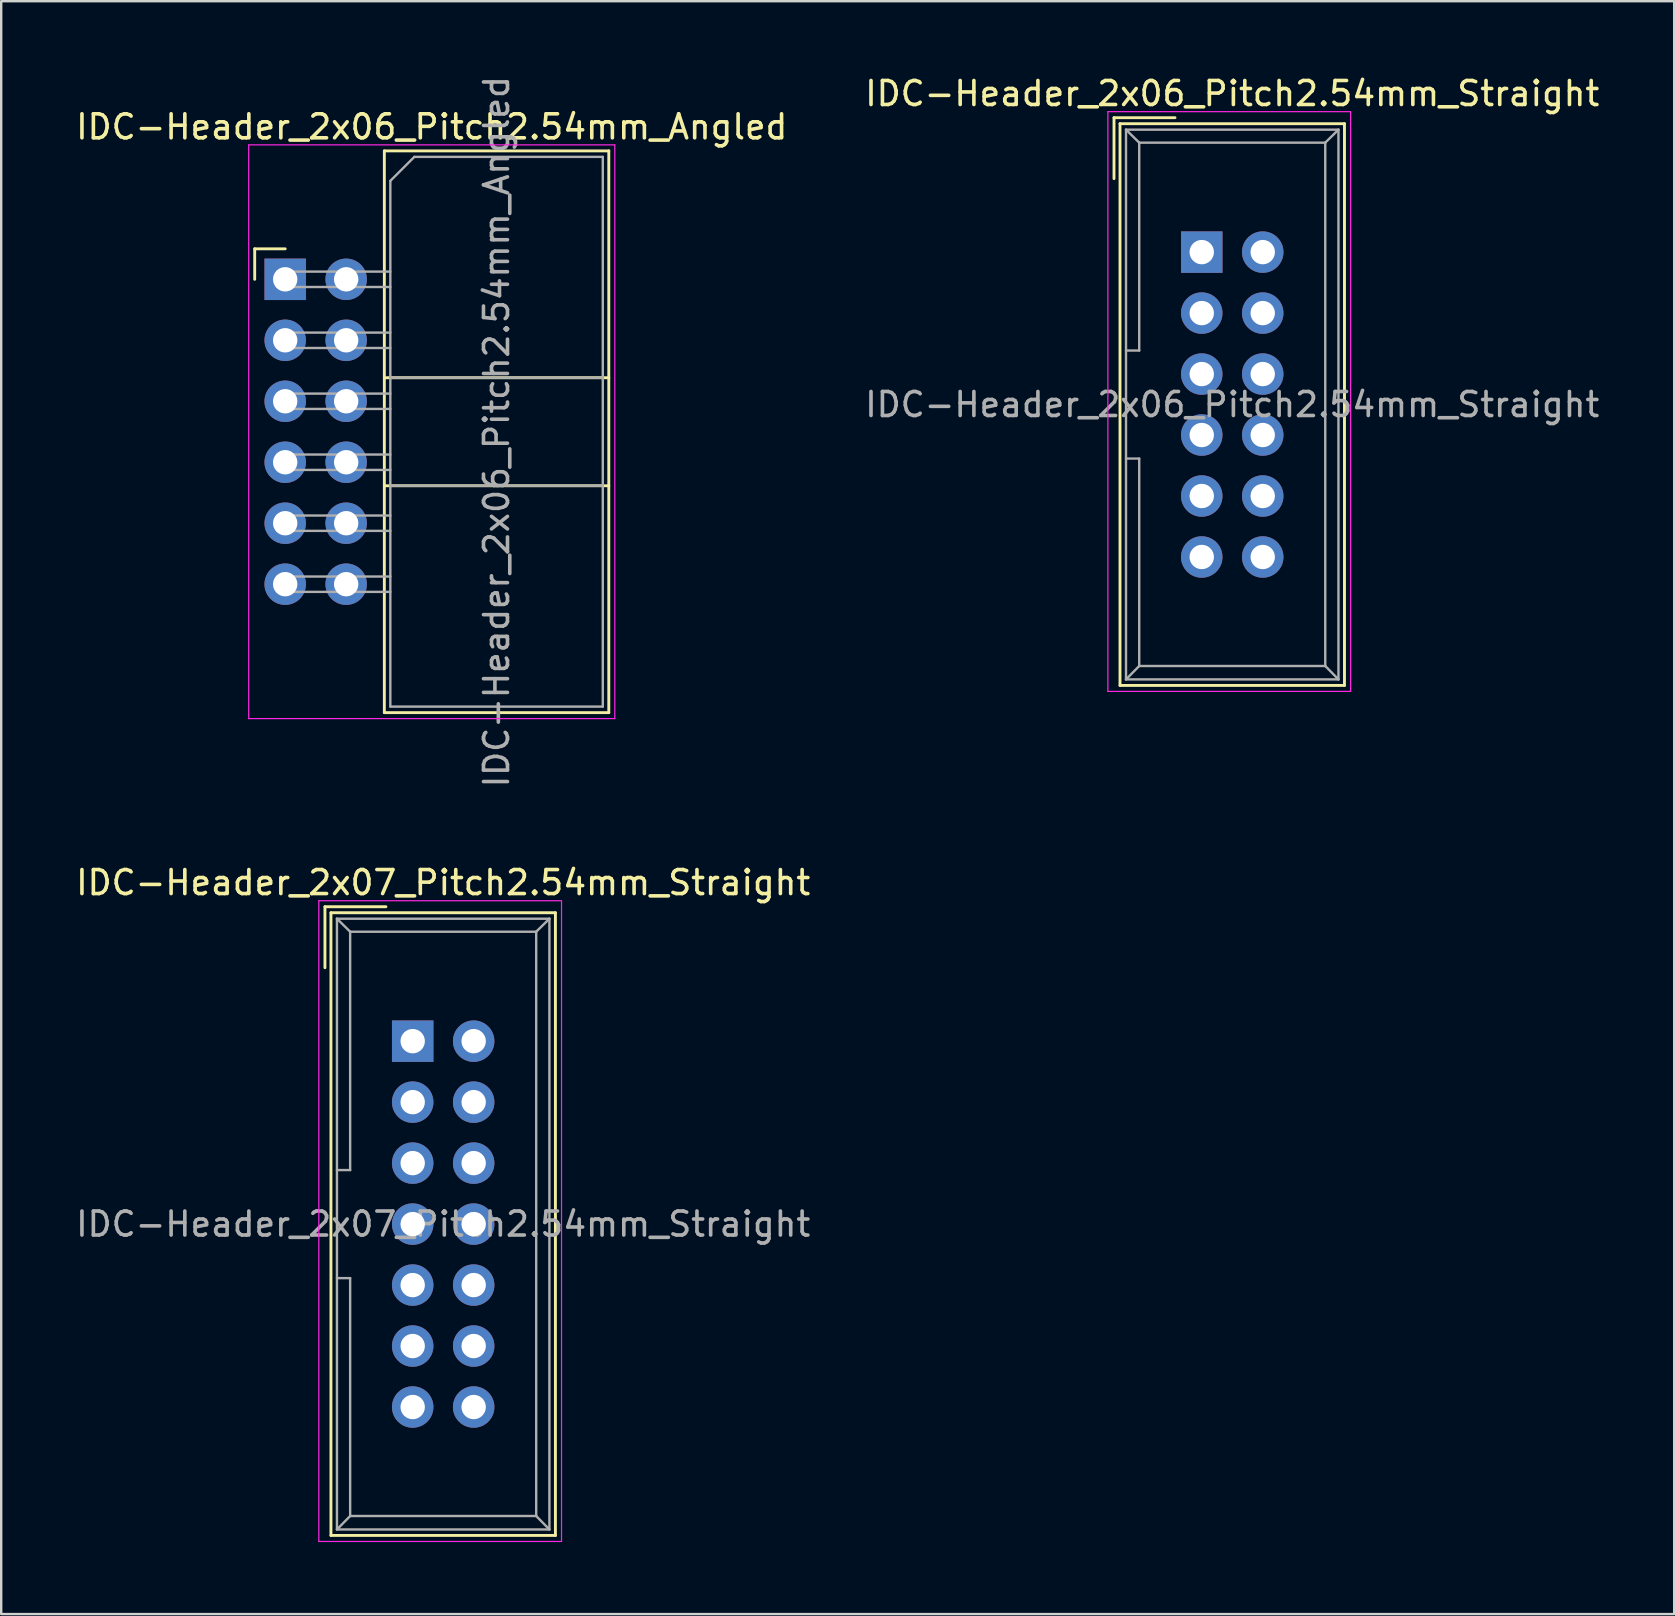
<source format=kicad_pcb>
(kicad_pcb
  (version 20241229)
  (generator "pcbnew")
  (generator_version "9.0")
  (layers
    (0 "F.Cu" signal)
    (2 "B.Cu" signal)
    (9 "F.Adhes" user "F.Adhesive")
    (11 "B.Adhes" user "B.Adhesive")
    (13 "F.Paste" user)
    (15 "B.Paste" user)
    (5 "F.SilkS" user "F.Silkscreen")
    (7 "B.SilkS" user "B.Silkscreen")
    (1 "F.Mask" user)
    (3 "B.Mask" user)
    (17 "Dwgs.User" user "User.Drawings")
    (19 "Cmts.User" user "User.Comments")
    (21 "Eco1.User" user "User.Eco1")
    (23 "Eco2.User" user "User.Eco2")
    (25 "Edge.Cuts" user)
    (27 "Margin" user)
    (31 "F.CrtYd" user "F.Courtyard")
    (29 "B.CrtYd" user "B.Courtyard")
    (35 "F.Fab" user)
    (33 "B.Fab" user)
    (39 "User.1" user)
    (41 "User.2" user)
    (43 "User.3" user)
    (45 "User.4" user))
  (footprint "IDC-Header_2x07_Pitch2.54mm_Straight"
    (layer "F.Cu")
    (at 14.141 40.321)
    (property "Reference" "IDC-Header_2x07_Pitch2.54mm_Straight" (at 1.27 -6.604 0) (layer "F.SilkS") (effects (font (size 1 1) (thickness 0.15))))
    (attr through_hole)
    (fp_line (start -3.655 -5.6) (end -3.655 -3.06) (stroke (width 0.12) (type solid)) (layer "F.SilkS"))
    (fp_line (start -3.655 -5.6) (end -1.115 -5.6) (stroke (width 0.12) (type solid)) (layer "F.SilkS"))
    (fp_line (start -3.405 -5.35) (end 5.945 -5.35) (stroke (width 0.12) (type solid)) (layer "F.SilkS"))
    (fp_line (start -3.405 20.59) (end -3.405 -5.35) (stroke (width 0.12) (type solid)) (layer "F.SilkS"))
    (fp_line (start 5.945 -5.35) (end 5.945 20.59) (stroke (width 0.12) (type solid)) (layer "F.SilkS"))
    (fp_line (start 5.945 20.59) (end -3.405 20.59) (stroke (width 0.12) (type solid)) (layer "F.SilkS"))
    (fp_line (start -3.91 -5.85) (end 6.2 -5.85) (stroke (width 0.05) (type solid)) (layer "F.CrtYd"))
    (fp_line (start -3.91 20.84) (end -3.91 -5.85) (stroke (width 0.05) (type solid)) (layer "F.CrtYd"))
    (fp_line (start 6.2 -5.85) (end 6.2 20.84) (stroke (width 0.05) (type solid)) (layer "F.CrtYd"))
    (fp_line (start 6.2 20.84) (end -3.91 20.84) (stroke (width 0.05) (type solid)) (layer "F.CrtYd"))
    (fp_line (start -3.155 -5.1) (end -3.155 20.34) (stroke (width 0.1) (type solid)) (layer "F.Fab"))
    (fp_line (start -3.155 -5.1) (end -2.605 -4.56) (stroke (width 0.1) (type solid)) (layer "F.Fab"))
    (fp_line (start -3.155 20.34) (end -2.605 19.78) (stroke (width 0.1) (type solid)) (layer "F.Fab"))
    (fp_line (start -2.605 -4.56) (end -2.605 5.37) (stroke (width 0.1) (type solid)) (layer "F.Fab"))
    (fp_line (start -2.605 5.37) (end -3.155 5.37) (stroke (width 0.1) (type solid)) (layer "F.Fab"))
    (fp_line (start -2.605 9.87) (end -3.155 9.87) (stroke (width 0.1) (type solid)) (layer "F.Fab"))
    (fp_line (start -2.605 9.87) (end -2.605 19.78) (stroke (width 0.1) (type solid)) (layer "F.Fab"))
    (fp_line (start 5.145 -4.56) (end -2.605 -4.56) (stroke (width 0.1) (type solid)) (layer "F.Fab"))
    (fp_line (start 5.145 -4.56) (end 5.145 19.78) (stroke (width 0.1) (type solid)) (layer "F.Fab"))
    (fp_line (start 5.145 19.78) (end -2.605 19.78) (stroke (width 0.1) (type solid)) (layer "F.Fab"))
    (fp_line (start 5.695 -5.1) (end -3.155 -5.1) (stroke (width 0.1) (type solid)) (layer "F.Fab"))
    (fp_line (start 5.695 -5.1) (end 5.145 -4.56) (stroke (width 0.1) (type solid)) (layer "F.Fab"))
    (fp_line (start 5.695 -5.1) (end 5.695 20.34) (stroke (width 0.1) (type solid)) (layer "F.Fab"))
    (fp_line (start 5.695 20.34) (end -3.155 20.34) (stroke (width 0.1) (type solid)) (layer "F.Fab"))
    (fp_line (start 5.695 20.34) (end 5.145 19.78) (stroke (width 0.1) (type solid)) (layer "F.Fab"))
    (fp_text user "${REFERENCE}" (at 1.27 7.62 0) (layer "F.Fab") (effects (font (size 1 1) (thickness 0.15))))
    (pad "1" thru_hole rect (at 0 0) (size 1.727 1.727) (drill 1.016) (layers "*.Cu" "*.Mask"))
    (pad "2" thru_hole oval (at 2.54 0) (size 1.727 1.727) (drill 1.016) (layers "*.Cu" "*.Mask"))
    (pad "3" thru_hole oval (at 0 2.54) (size 1.727 1.727) (drill 1.016) (layers "*.Cu" "*.Mask"))
    (pad "4" thru_hole oval (at 2.54 2.54) (size 1.727 1.727) (drill 1.016) (layers "*.Cu" "*.Mask"))
    (pad "5" thru_hole oval (at 0 5.08) (size 1.727 1.727) (drill 1.016) (layers "*.Cu" "*.Mask"))
    (pad "6" thru_hole oval (at 2.54 5.08) (size 1.727 1.727) (drill 1.016) (layers "*.Cu" "*.Mask"))
    (pad "7" thru_hole oval (at 0 7.62) (size 1.727 1.727) (drill 1.016) (layers "*.Cu" "*.Mask"))
    (pad "8" thru_hole oval (at 2.54 7.62) (size 1.727 1.727) (drill 1.016) (layers "*.Cu" "*.Mask"))
    (pad "9" thru_hole oval (at 0 10.16) (size 1.727 1.727) (drill 1.016) (layers "*.Cu" "*.Mask"))
    (pad "10" thru_hole oval (at 2.54 10.16) (size 1.727 1.727) (drill 1.016) (layers "*.Cu" "*.Mask"))
    (pad "11" thru_hole oval (at 0 12.7) (size 1.727 1.727) (drill 1.016) (layers "*.Cu" "*.Mask"))
    (pad "12" thru_hole oval (at 2.54 12.7) (size 1.727 1.727) (drill 1.016) (layers "*.Cu" "*.Mask"))
    (pad "13" thru_hole oval (at 0 15.24) (size 1.727 1.727) (drill 1.016) (layers "*.Cu" "*.Mask"))
    (pad "14" thru_hole oval (at 2.54 15.24) (size 1.727 1.727) (drill 1.016) (layers "*.Cu" "*.Mask")))
  (footprint "IDC-Header_2x06_Pitch2.54mm_Straight"
    (layer "F.Cu")
    (at 47.01 7.452)
    (property "Reference" "IDC-Header_2x06_Pitch2.54mm_Straight" (at 1.27 -6.604 0) (layer "F.SilkS") (effects (font (size 1 1) (thickness 0.15))))
    (attr through_hole)
    (fp_line (start -3.655 -5.6) (end -3.655 -3.06) (stroke (width 0.12) (type solid)) (layer "F.SilkS"))
    (fp_line (start -3.655 -5.6) (end -1.115 -5.6) (stroke (width 0.12) (type solid)) (layer "F.SilkS"))
    (fp_line (start -3.405 -5.35) (end 5.945 -5.35) (stroke (width 0.12) (type solid)) (layer "F.SilkS"))
    (fp_line (start -3.405 18.05) (end -3.405 -5.35) (stroke (width 0.12) (type solid)) (layer "F.SilkS"))
    (fp_line (start 5.945 -5.35) (end 5.945 18.05) (stroke (width 0.12) (type solid)) (layer "F.SilkS"))
    (fp_line (start 5.945 18.05) (end -3.405 18.05) (stroke (width 0.12) (type solid)) (layer "F.SilkS"))
    (fp_line (start -3.91 -5.85) (end 6.2 -5.85) (stroke (width 0.05) (type solid)) (layer "F.CrtYd"))
    (fp_line (start -3.91 18.3) (end -3.91 -5.85) (stroke (width 0.05) (type solid)) (layer "F.CrtYd"))
    (fp_line (start 6.2 -5.85) (end 6.2 18.3) (stroke (width 0.05) (type solid)) (layer "F.CrtYd"))
    (fp_line (start 6.2 18.3) (end -3.91 18.3) (stroke (width 0.05) (type solid)) (layer "F.CrtYd"))
    (fp_line (start -3.155 -5.1) (end -3.155 17.8) (stroke (width 0.1) (type solid)) (layer "F.Fab"))
    (fp_line (start -3.155 -5.1) (end -2.605 -4.56) (stroke (width 0.1) (type solid)) (layer "F.Fab"))
    (fp_line (start -3.155 17.8) (end -2.605 17.24) (stroke (width 0.1) (type solid)) (layer "F.Fab"))
    (fp_line (start -2.605 -4.56) (end -2.605 4.1) (stroke (width 0.1) (type solid)) (layer "F.Fab"))
    (fp_line (start -2.605 4.1) (end -3.155 4.1) (stroke (width 0.1) (type solid)) (layer "F.Fab"))
    (fp_line (start -2.605 8.6) (end -3.155 8.6) (stroke (width 0.1) (type solid)) (layer "F.Fab"))
    (fp_line (start -2.605 8.6) (end -2.605 17.24) (stroke (width 0.1) (type solid)) (layer "F.Fab"))
    (fp_line (start 5.145 -4.56) (end -2.605 -4.56) (stroke (width 0.1) (type solid)) (layer "F.Fab"))
    (fp_line (start 5.145 -4.56) (end 5.145 17.24) (stroke (width 0.1) (type solid)) (layer "F.Fab"))
    (fp_line (start 5.145 17.24) (end -2.605 17.24) (stroke (width 0.1) (type solid)) (layer "F.Fab"))
    (fp_line (start 5.695 -5.1) (end -3.155 -5.1) (stroke (width 0.1) (type solid)) (layer "F.Fab"))
    (fp_line (start 5.695 -5.1) (end 5.145 -4.56) (stroke (width 0.1) (type solid)) (layer "F.Fab"))
    (fp_line (start 5.695 -5.1) (end 5.695 17.8) (stroke (width 0.1) (type solid)) (layer "F.Fab"))
    (fp_line (start 5.695 17.8) (end -3.155 17.8) (stroke (width 0.1) (type solid)) (layer "F.Fab"))
    (fp_line (start 5.695 17.8) (end 5.145 17.24) (stroke (width 0.1) (type solid)) (layer "F.Fab"))
    (fp_text user "${REFERENCE}" (at 1.27 6.35 0) (layer "F.Fab") (effects (font (size 1 1) (thickness 0.15))))
    (pad "1" thru_hole rect (at 0 0) (size 1.727 1.727) (drill 1.016) (layers "*.Cu" "*.Mask"))
    (pad "2" thru_hole oval (at 2.54 0) (size 1.727 1.727) (drill 1.016) (layers "*.Cu" "*.Mask"))
    (pad "3" thru_hole oval (at 0 2.54) (size 1.727 1.727) (drill 1.016) (layers "*.Cu" "*.Mask"))
    (pad "4" thru_hole oval (at 2.54 2.54) (size 1.727 1.727) (drill 1.016) (layers "*.Cu" "*.Mask"))
    (pad "5" thru_hole oval (at 0 5.08) (size 1.727 1.727) (drill 1.016) (layers "*.Cu" "*.Mask"))
    (pad "6" thru_hole oval (at 2.54 5.08) (size 1.727 1.727) (drill 1.016) (layers "*.Cu" "*.Mask"))
    (pad "7" thru_hole oval (at 0 7.62) (size 1.727 1.727) (drill 1.016) (layers "*.Cu" "*.Mask"))
    (pad "8" thru_hole oval (at 2.54 7.62) (size 1.727 1.727) (drill 1.016) (layers "*.Cu" "*.Mask"))
    (pad "9" thru_hole oval (at 0 10.16) (size 1.727 1.727) (drill 1.016) (layers "*.Cu" "*.Mask"))
    (pad "10" thru_hole oval (at 2.54 10.16) (size 1.727 1.727) (drill 1.016) (layers "*.Cu" "*.Mask"))
    (pad "11" thru_hole oval (at 0 12.7) (size 1.727 1.727) (drill 1.016) (layers "*.Cu" "*.Mask"))
    (pad "12" thru_hole oval (at 2.54 12.7) (size 1.727 1.727) (drill 1.016) (layers "*.Cu" "*.Mask")))
  (footprint "IDC-Header_2x06_Pitch2.54mm_Angled"
    (layer "F.Cu")
    (at 8.83 8.585)
    (property "Reference" "IDC-Header_2x06_Pitch2.54mm_Angled" (at 6.105 -6.35 0) (layer "F.SilkS") (effects (font (size 1 1) (thickness 0.15))))
    (attr through_hole)
    (fp_line (start -1.27 -1.27) (end -1.27 0) (stroke (width 0.12) (type solid)) (layer "F.SilkS"))
    (fp_line (start 0 -1.27) (end -1.27 -1.27) (stroke (width 0.12) (type solid)) (layer "F.SilkS"))
    (fp_line (start 4.13 -5.35) (end 13.48 -5.35) (stroke (width 0.12) (type solid)) (layer "F.SilkS"))
    (fp_line (start 4.13 4.1) (end 13.48 4.1) (stroke (width 0.12) (type solid)) (layer "F.SilkS"))
    (fp_line (start 4.13 8.6) (end 13.48 8.6) (stroke (width 0.12) (type solid)) (layer "F.SilkS"))
    (fp_line (start 4.13 18.05) (end 4.13 -5.35) (stroke (width 0.12) (type solid)) (layer "F.SilkS"))
    (fp_line (start 4.13 18.05) (end 13.48 18.05) (stroke (width 0.12) (type solid)) (layer "F.SilkS"))
    (fp_line (start 13.48 -5.35) (end 13.48 18.05) (stroke (width 0.12) (type solid)) (layer "F.SilkS"))
    (fp_line (start -1.52 -5.6) (end 13.73 -5.6) (stroke (width 0.05) (type solid)) (layer "F.CrtYd"))
    (fp_line (start -1.52 18.3) (end -1.52 -5.6) (stroke (width 0.05) (type solid)) (layer "F.CrtYd"))
    (fp_line (start 13.73 -5.6) (end 13.73 18.3) (stroke (width 0.05) (type solid)) (layer "F.CrtYd"))
    (fp_line (start 13.73 18.3) (end -1.52 18.3) (stroke (width 0.05) (type solid)) (layer "F.CrtYd"))
    (fp_line (start -0.32 -0.32) (end -0.32 0.32) (stroke (width 0.1) (type solid)) (layer "F.Fab"))
    (fp_line (start -0.32 0.32) (end 4.38 0.32) (stroke (width 0.1) (type solid)) (layer "F.Fab"))
    (fp_line (start -0.32 2.22) (end -0.32 2.86) (stroke (width 0.1) (type solid)) (layer "F.Fab"))
    (fp_line (start -0.32 2.86) (end 4.38 2.86) (stroke (width 0.1) (type solid)) (layer "F.Fab"))
    (fp_line (start -0.32 4.76) (end -0.32 5.4) (stroke (width 0.1) (type solid)) (layer "F.Fab"))
    (fp_line (start -0.32 5.4) (end 4.38 5.4) (stroke (width 0.1) (type solid)) (layer "F.Fab"))
    (fp_line (start -0.32 7.3) (end -0.32 7.94) (stroke (width 0.1) (type solid)) (layer "F.Fab"))
    (fp_line (start -0.32 7.94) (end 4.38 7.94) (stroke (width 0.1) (type solid)) (layer "F.Fab"))
    (fp_line (start -0.32 9.84) (end -0.32 10.48) (stroke (width 0.1) (type solid)) (layer "F.Fab"))
    (fp_line (start -0.32 10.48) (end 4.38 10.48) (stroke (width 0.1) (type solid)) (layer "F.Fab"))
    (fp_line (start -0.32 12.38) (end -0.32 13.02) (stroke (width 0.1) (type solid)) (layer "F.Fab"))
    (fp_line (start -0.32 13.02) (end 4.38 13.02) (stroke (width 0.1) (type solid)) (layer "F.Fab"))
    (fp_line (start 4.38 -4.1) (end 5.38 -5.1) (stroke (width 0.1) (type solid)) (layer "F.Fab"))
    (fp_line (start 4.38 -0.32) (end -0.32 -0.32) (stroke (width 0.1) (type solid)) (layer "F.Fab"))
    (fp_line (start 4.38 2.22) (end -0.32 2.22) (stroke (width 0.1) (type solid)) (layer "F.Fab"))
    (fp_line (start 4.38 4.1) (end 13.23 4.1) (stroke (width 0.1) (type solid)) (layer "F.Fab"))
    (fp_line (start 4.38 4.76) (end -0.32 4.76) (stroke (width 0.1) (type solid)) (layer "F.Fab"))
    (fp_line (start 4.38 7.3) (end -0.32 7.3) (stroke (width 0.1) (type solid)) (layer "F.Fab"))
    (fp_line (start 4.38 8.6) (end 13.23 8.6) (stroke (width 0.1) (type solid)) (layer "F.Fab"))
    (fp_line (start 4.38 9.84) (end -0.32 9.84) (stroke (width 0.1) (type solid)) (layer "F.Fab"))
    (fp_line (start 4.38 12.38) (end -0.32 12.38) (stroke (width 0.1) (type solid)) (layer "F.Fab"))
    (fp_line (start 4.38 17.8) (end 4.38 -4.1) (stroke (width 0.1) (type solid)) (layer "F.Fab"))
    (fp_line (start 4.38 17.8) (end 13.23 17.8) (stroke (width 0.1) (type solid)) (layer "F.Fab"))
    (fp_line (start 5.38 -5.1) (end 13.23 -5.1) (stroke (width 0.1) (type solid)) (layer "F.Fab"))
    (fp_line (start 13.23 17.8) (end 13.23 -5.1) (stroke (width 0.1) (type solid)) (layer "F.Fab"))
    (fp_text user "${REFERENCE}" (at 8.805 6.35 90) (layer "F.Fab") (effects (font (size 1 1) (thickness 0.15))))
    (pad "1" thru_hole rect (at 0 0) (size 1.727 1.727) (drill 1.016) (layers "*.Cu" "*.Mask"))
    (pad "2" thru_hole oval (at 2.54 0) (size 1.727 1.727) (drill 1.016) (layers "*.Cu" "*.Mask"))
    (pad "3" thru_hole oval (at 0 2.54) (size 1.727 1.727) (drill 1.016) (layers "*.Cu" "*.Mask"))
    (pad "4" thru_hole oval (at 2.54 2.54) (size 1.727 1.727) (drill 1.016) (layers "*.Cu" "*.Mask"))
    (pad "5" thru_hole oval (at 0 5.08) (size 1.727 1.727) (drill 1.016) (layers "*.Cu" "*.Mask"))
    (pad "6" thru_hole oval (at 2.54 5.08) (size 1.727 1.727) (drill 1.016) (layers "*.Cu" "*.Mask"))
    (pad "7" thru_hole oval (at 0 7.62) (size 1.727 1.727) (drill 1.016) (layers "*.Cu" "*.Mask"))
    (pad "8" thru_hole oval (at 2.54 7.62) (size 1.727 1.727) (drill 1.016) (layers "*.Cu" "*.Mask"))
    (pad "9" thru_hole oval (at 0 10.16) (size 1.727 1.727) (drill 1.016) (layers "*.Cu" "*.Mask"))
    (pad "10" thru_hole oval (at 2.54 10.16) (size 1.727 1.727) (drill 1.016) (layers "*.Cu" "*.Mask"))
    (pad "11" thru_hole oval (at 0 12.7) (size 1.727 1.727) (drill 1.016) (layers "*.Cu" "*.Mask"))
    (pad "12" thru_hole oval (at 2.54 12.7) (size 1.727 1.727) (drill 1.016) (layers "*.Cu" "*.Mask")))
  (gr_rect
    (start -3 -3)
    (end 66.69 64.186)
    (stroke (width 0.1) (type default))
    (fill no)
    (layer "Edge.Cuts")))
</source>
